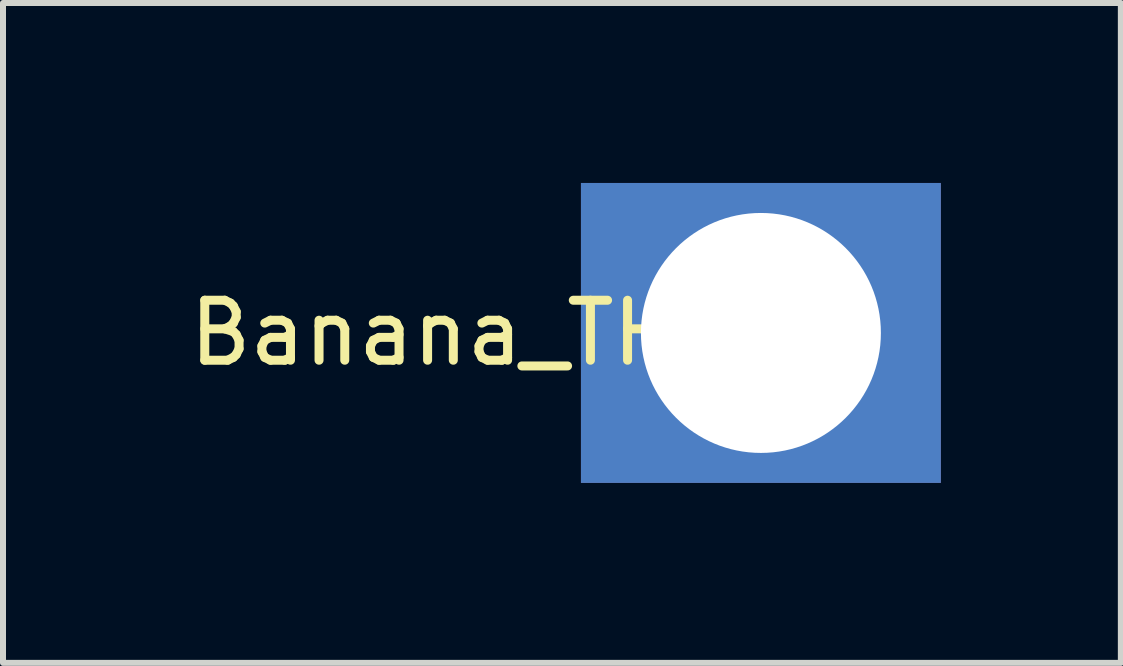
<source format=kicad_pcb>
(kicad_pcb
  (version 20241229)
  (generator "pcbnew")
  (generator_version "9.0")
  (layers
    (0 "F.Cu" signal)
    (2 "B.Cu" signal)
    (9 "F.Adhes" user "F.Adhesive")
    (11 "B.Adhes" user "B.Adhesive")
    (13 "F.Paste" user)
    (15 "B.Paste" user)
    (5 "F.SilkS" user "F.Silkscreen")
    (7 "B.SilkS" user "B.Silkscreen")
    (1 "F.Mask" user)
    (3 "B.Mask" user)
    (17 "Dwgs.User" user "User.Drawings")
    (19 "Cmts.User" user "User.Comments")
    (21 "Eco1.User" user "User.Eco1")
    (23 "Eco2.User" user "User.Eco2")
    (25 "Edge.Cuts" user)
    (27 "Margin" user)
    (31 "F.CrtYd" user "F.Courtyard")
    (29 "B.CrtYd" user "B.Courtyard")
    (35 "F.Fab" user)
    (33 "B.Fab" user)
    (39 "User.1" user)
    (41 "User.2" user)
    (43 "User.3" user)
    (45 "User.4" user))
  (footprint "Banana_THT"
    (layer "F.Cu")
    (at 9.634 2.5)
    (property "Reference" "Banana_THT" (at -5.08 0 0) (layer "F.SilkS") (effects (font (size 1 1) (thickness 0.15))))
    (attr through_hole)
    (pad "1" thru_hole rect (at 0 0) (size 6 5) (drill 4) (layers "*.Cu" "*.Mask")))
  (gr_rect
    (start -3 -3)
    (end 15.634 8)
    (stroke (width 0.1) (type default))
    (fill no)
    (layer "Edge.Cuts")))
</source>
